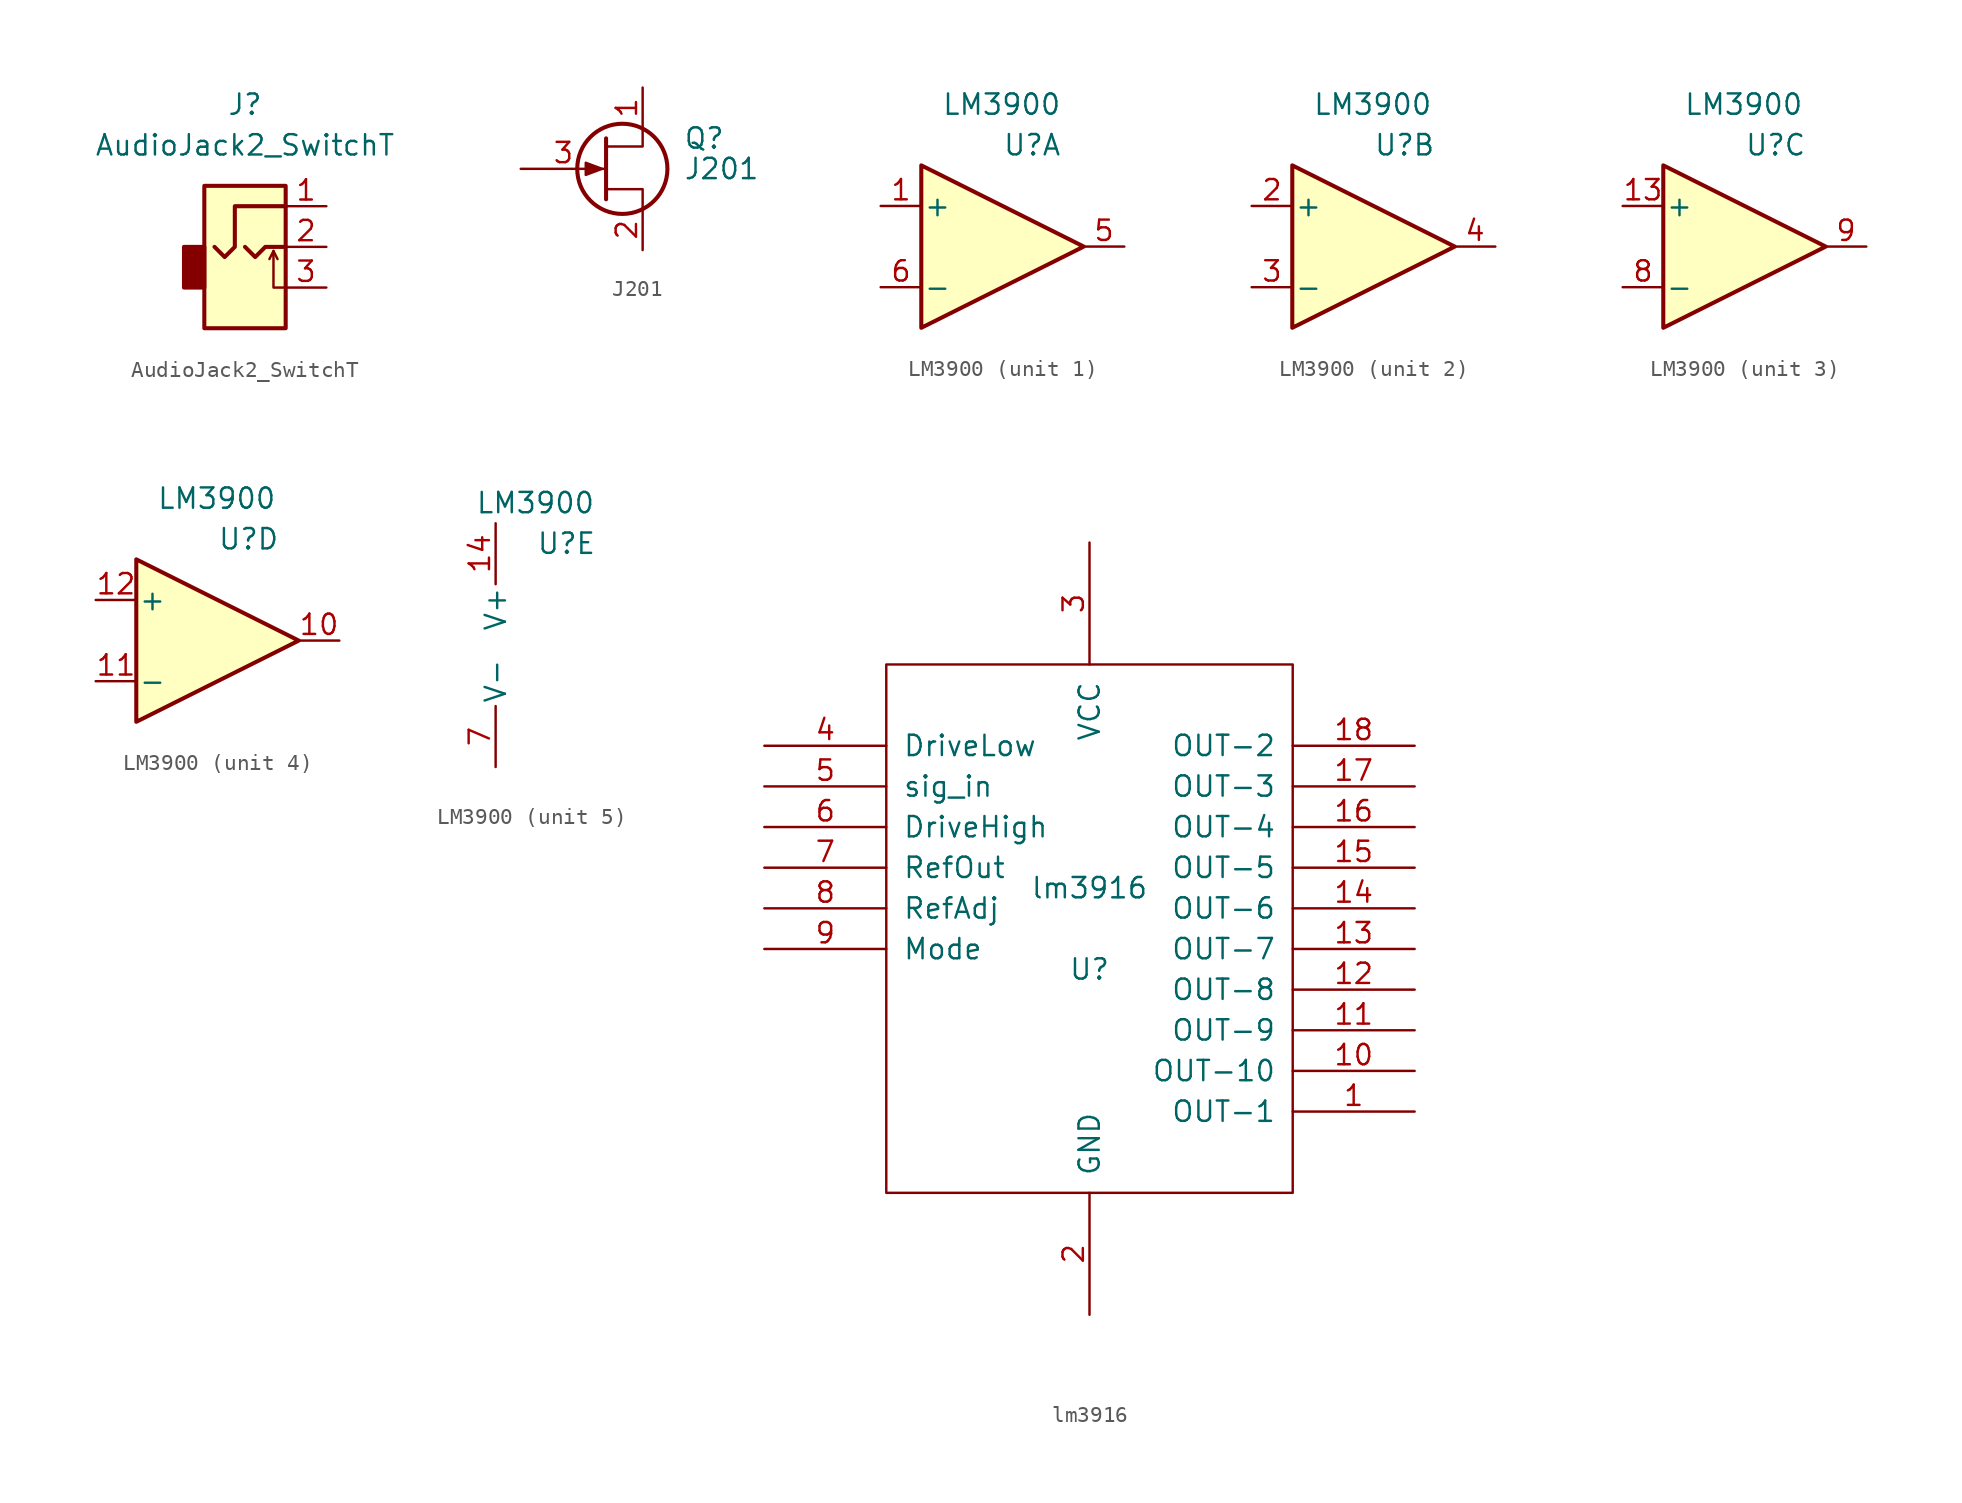
<source format=kicad_sym>
(kicad_symbol_lib
  (version 20211014)
  (generator kicad_symbol_editor)
  (symbol "AudioJack2_SwitchT"
    (property "Reference" "J"
      (at 0 8.89 0)
      (effects (font (size 1.27 1.27))))
    (property "Value" "AudioJack2_SwitchT"
      (at 0 6.35 0)
      (effects (font (size 1.27 1.27))))
    (symbol "AudioJack2_SwitchT_0_1"
      (rectangle (start -2.54 0) (end -3.81 -2.54) (stroke (width 0.254) (type default) (color 0 0 0 0)) (fill (type outline)))
      (polyline (pts (xy 1.778 -0.254) (xy 2.032 -0.762)) (stroke (width 0) (type default) (color 0 0 0 0)) (fill (type none)))
      (polyline (pts (xy 0 0) (xy 0.635 -0.635) (xy 1.27 0) (xy 2.54 0)) (stroke (width 0.254) (type default) (color 0 0 0 0)) (fill (type none)))
      (polyline (pts (xy 2.54 -2.54) (xy 1.778 -2.54) (xy 1.778 -0.254) (xy 1.524 -0.762)) (stroke (width 0) (type default) (color 0 0 0 0)) (fill (type none)))
      (polyline (pts (xy 2.54 2.54) (xy -0.635 2.54) (xy -0.635 0) (xy -1.27 -0.635) (xy -1.905 0)) (stroke (width 0.254) (type default) (color 0 0 0 0)) (fill (type none)))
      (rectangle (start 2.54 3.81) (end -2.54 -5.08) (stroke (width 0.254) (type default) (color 0 0 0 0)) (fill (type background))))
    (symbol "AudioJack2_SwitchT_1_1"
      (pin passive line (at 5.08 2.54 180) (length 2.54) (name "~" (effects (font (size 1.27 1.27)))) (number "1" (effects (font (size 1.27 1.27)))))
      (pin passive line (at 5.08 0 180) (length 2.54) (name "~" (effects (font (size 1.27 1.27)))) (number "2" (effects (font (size 1.27 1.27)))))
      (pin passive line (at 5.08 -2.54 180) (length 2.54) (name "~" (effects (font (size 1.27 1.27)))) (number "3" (effects (font (size 1.27 1.27)))))))
  (symbol "J201"
    (pin_names
      (offset 0) hide)
    (property "Reference" "Q"
      (at 5.08 1.905 0)
      (effects (font (size 1.27 1.27)) (justify left)))
    (property "Value" "J201"
      (at 5.08 0 0)
      (effects (font (size 1.27 1.27)) (justify left)))
    (symbol "J201_0_1"
      (polyline (pts (xy 0.254 1.905) (xy 0.254 -1.905) (xy 0.254 -1.905)) (stroke (width 0.254) (type default) (color 0 0 0 0)) (fill (type none)))
      (polyline (pts (xy 2.54 -2.54) (xy 2.54 -1.27) (xy 0.254 -1.27)) (stroke (width 0) (type default) (color 0 0 0 0)) (fill (type none)))
      (polyline (pts (xy 2.54 2.54) (xy 2.54 1.397) (xy 0.254 1.397)) (stroke (width 0) (type default) (color 0 0 0 0)) (fill (type none)))
      (polyline (pts (xy 0 0) (xy -1.016 0.381) (xy -1.016 -0.381) (xy 0 0)) (stroke (width 0) (type default) (color 0 0 0 0)) (fill (type outline)))
      (circle (center 1.27 0) (radius 2.819) (stroke (width 0.254) (type default) (color 0 0 0 0)) (fill (type none))))
    (symbol "J201_1_1"
      (pin passive line (at 2.54 5.08 270) (length 2.54) (name "D" (effects (font (size 1.27 1.27)))) (number "1" (effects (font (size 1.27 1.27)))))
      (pin passive line (at 2.54 -5.08 90) (length 2.54) (name "S" (effects (font (size 1.27 1.27)))) (number "2" (effects (font (size 1.27 1.27)))))
      (pin input line (at -5.08 0 0) (length 5.334) (name "G" (effects (font (size 1.27 1.27)))) (number "3" (effects (font (size 1.27 1.27)))))))
  (symbol "LM3900"
    (pin_names
      (offset 0.127))
    (property "Reference" "U"
      (at 0 6.35 0)
      (effects (font (size 1.27 1.27)) (justify left)))
    (property "Value" "LM3900"
      (at -3.81 8.89 0)
      (effects (font (size 1.27 1.27)) (justify left)))
    (property "ki_locked" ""
      (at 0 0 0)
      (effects (font (size 1.27 1.27))))
    (symbol "LM3900_1_1"
      (polyline (pts (xy -5.08 5.08) (xy 5.08 0) (xy -5.08 -5.08) (xy -5.08 5.08)) (stroke (width 0.254) (type default) (color 0 0 0 0)) (fill (type background)))
      (pin input line (at -7.62 2.54 0) (length 2.54) (name "+" (effects (font (size 1.27 1.27)))) (number "1" (effects (font (size 1.27 1.27)))))
      (pin output line (at 7.62 0 180) (length 2.54) (name "~" (effects (font (size 1.27 1.27)))) (number "5" (effects (font (size 1.27 1.27)))))
      (pin input line (at -7.62 -2.54 0) (length 2.54) (name "-" (effects (font (size 1.27 1.27)))) (number "6" (effects (font (size 1.27 1.27))))))
    (symbol "LM3900_2_1"
      (polyline (pts (xy -5.08 5.08) (xy 5.08 0) (xy -5.08 -5.08) (xy -5.08 5.08)) (stroke (width 0.254) (type default) (color 0 0 0 0)) (fill (type background)))
      (pin input line (at -7.62 2.54 0) (length 2.54) (name "+" (effects (font (size 1.27 1.27)))) (number "2" (effects (font (size 1.27 1.27)))))
      (pin input line (at -7.62 -2.54 0) (length 2.54) (name "-" (effects (font (size 1.27 1.27)))) (number "3" (effects (font (size 1.27 1.27)))))
      (pin output line (at 7.62 0 180) (length 2.54) (name "~" (effects (font (size 1.27 1.27)))) (number "4" (effects (font (size 1.27 1.27))))))
    (symbol "LM3900_3_1"
      (polyline (pts (xy -5.08 5.08) (xy 5.08 0) (xy -5.08 -5.08) (xy -5.08 5.08)) (stroke (width 0.254) (type default) (color 0 0 0 0)) (fill (type background)))
      (pin input line (at -7.62 2.54 0) (length 2.54) (name "+" (effects (font (size 1.27 1.27)))) (number "13" (effects (font (size 1.27 1.27)))))
      (pin input line (at -7.62 -2.54 0) (length 2.54) (name "-" (effects (font (size 1.27 1.27)))) (number "8" (effects (font (size 1.27 1.27)))))
      (pin output line (at 7.62 0 180) (length 2.54) (name "~" (effects (font (size 1.27 1.27)))) (number "9" (effects (font (size 1.27 1.27))))))
    (symbol "LM3900_4_1"
      (polyline (pts (xy -5.08 5.08) (xy 5.08 0) (xy -5.08 -5.08) (xy -5.08 5.08)) (stroke (width 0.254) (type default) (color 0 0 0 0)) (fill (type background)))
      (pin output line (at 7.62 0 180) (length 2.54) (name "~" (effects (font (size 1.27 1.27)))) (number "10" (effects (font (size 1.27 1.27)))))
      (pin input line (at -7.62 -2.54 0) (length 2.54) (name "-" (effects (font (size 1.27 1.27)))) (number "11" (effects (font (size 1.27 1.27)))))
      (pin input line (at -7.62 2.54 0) (length 2.54) (name "+" (effects (font (size 1.27 1.27)))) (number "12" (effects (font (size 1.27 1.27))))))
    (symbol "LM3900_5_1"
      (pin power_in line (at -2.54 7.62 270) (length 3.81) (name "V+" (effects (font (size 1.27 1.27)))) (number "14" (effects (font (size 1.27 1.27)))))
      (pin power_in line (at -2.54 -7.62 90) (length 3.81) (name "V-" (effects (font (size 1.27 1.27)))) (number "7" (effects (font (size 1.27 1.27)))))))
  (symbol "lm3916"
    (pin_names
      (offset 1.016))
    (property "Reference" "U"
      (at 0 -2.54 0)
      (effects (font (size 1.27 1.27))))
    (property "Value" "lm3916"
      (at 0 2.54 0)
      (effects (font (size 1.27 1.27))))
    (symbol "lm3916_1_0"
      (rectangle (start -12.7 -16.51) (end 12.7 16.51) (stroke (width 0) (type default) (color 0 0 0 0)) (fill (type none))))
    (symbol "lm3916_1_1"
      (pin output line (at 20.32 -11.43 180) (length 7.62) (name "OUT-1" (effects (font (size 1.27 1.27)))) (number "1" (effects (font (size 1.27 1.27)))))
      (pin output line (at 20.32 -8.89 180) (length 7.62) (name "OUT-10" (effects (font (size 1.27 1.27)))) (number "10" (effects (font (size 1.27 1.27)))))
      (pin output line (at 20.32 -6.35 180) (length 7.62) (name "OUT-9" (effects (font (size 1.27 1.27)))) (number "11" (effects (font (size 1.27 1.27)))))
      (pin output line (at 20.32 -3.81 180) (length 7.62) (name "OUT-8" (effects (font (size 1.27 1.27)))) (number "12" (effects (font (size 1.27 1.27)))))
      (pin output line (at 20.32 -1.27 180) (length 7.62) (name "OUT-7" (effects (font (size 1.27 1.27)))) (number "13" (effects (font (size 1.27 1.27)))))
      (pin output line (at 20.32 1.27 180) (length 7.62) (name "OUT-6" (effects (font (size 1.27 1.27)))) (number "14" (effects (font (size 1.27 1.27)))))
      (pin output line (at 20.32 3.81 180) (length 7.62) (name "OUT-5" (effects (font (size 1.27 1.27)))) (number "15" (effects (font (size 1.27 1.27)))))
      (pin output line (at 20.32 6.35 180) (length 7.62) (name "OUT-4" (effects (font (size 1.27 1.27)))) (number "16" (effects (font (size 1.27 1.27)))))
      (pin output line (at 20.32 8.89 180) (length 7.62) (name "OUT-3" (effects (font (size 1.27 1.27)))) (number "17" (effects (font (size 1.27 1.27)))))
      (pin output line (at 20.32 11.43 180) (length 7.62) (name "OUT-2" (effects (font (size 1.27 1.27)))) (number "18" (effects (font (size 1.27 1.27)))))
      (pin power_in line (at 0 -24.13 90) (length 7.62) (name "GND" (effects (font (size 1.27 1.27)))) (number "2" (effects (font (size 1.27 1.27)))))
      (pin power_in line (at 0 24.13 270) (length 7.62) (name "VCC" (effects (font (size 1.27 1.27)))) (number "3" (effects (font (size 1.27 1.27)))))
      (pin input line (at -20.32 11.43 0) (length 7.62) (name "DriveLow" (effects (font (size 1.27 1.27)))) (number "4" (effects (font (size 1.27 1.27)))))
      (pin input line (at -20.32 8.89 0) (length 7.62) (name "sig_in" (effects (font (size 1.27 1.27)))) (number "5" (effects (font (size 1.27 1.27)))))
      (pin input line (at -20.32 6.35 0) (length 7.62) (name "DriveHigh" (effects (font (size 1.27 1.27)))) (number "6" (effects (font (size 1.27 1.27)))))
      (pin input line (at -20.32 3.81 0) (length 7.62) (name "RefOut" (effects (font (size 1.27 1.27)))) (number "7" (effects (font (size 1.27 1.27)))))
      (pin input line (at -20.32 1.27 0) (length 7.62) (name "RefAdj" (effects (font (size 1.27 1.27)))) (number "8" (effects (font (size 1.27 1.27)))))
      (pin input line (at -20.32 -1.27 0) (length 7.62) (name "Mode" (effects (font (size 1.27 1.27)))) (number "9" (effects (font (size 1.27 1.27))))))))
</source>
